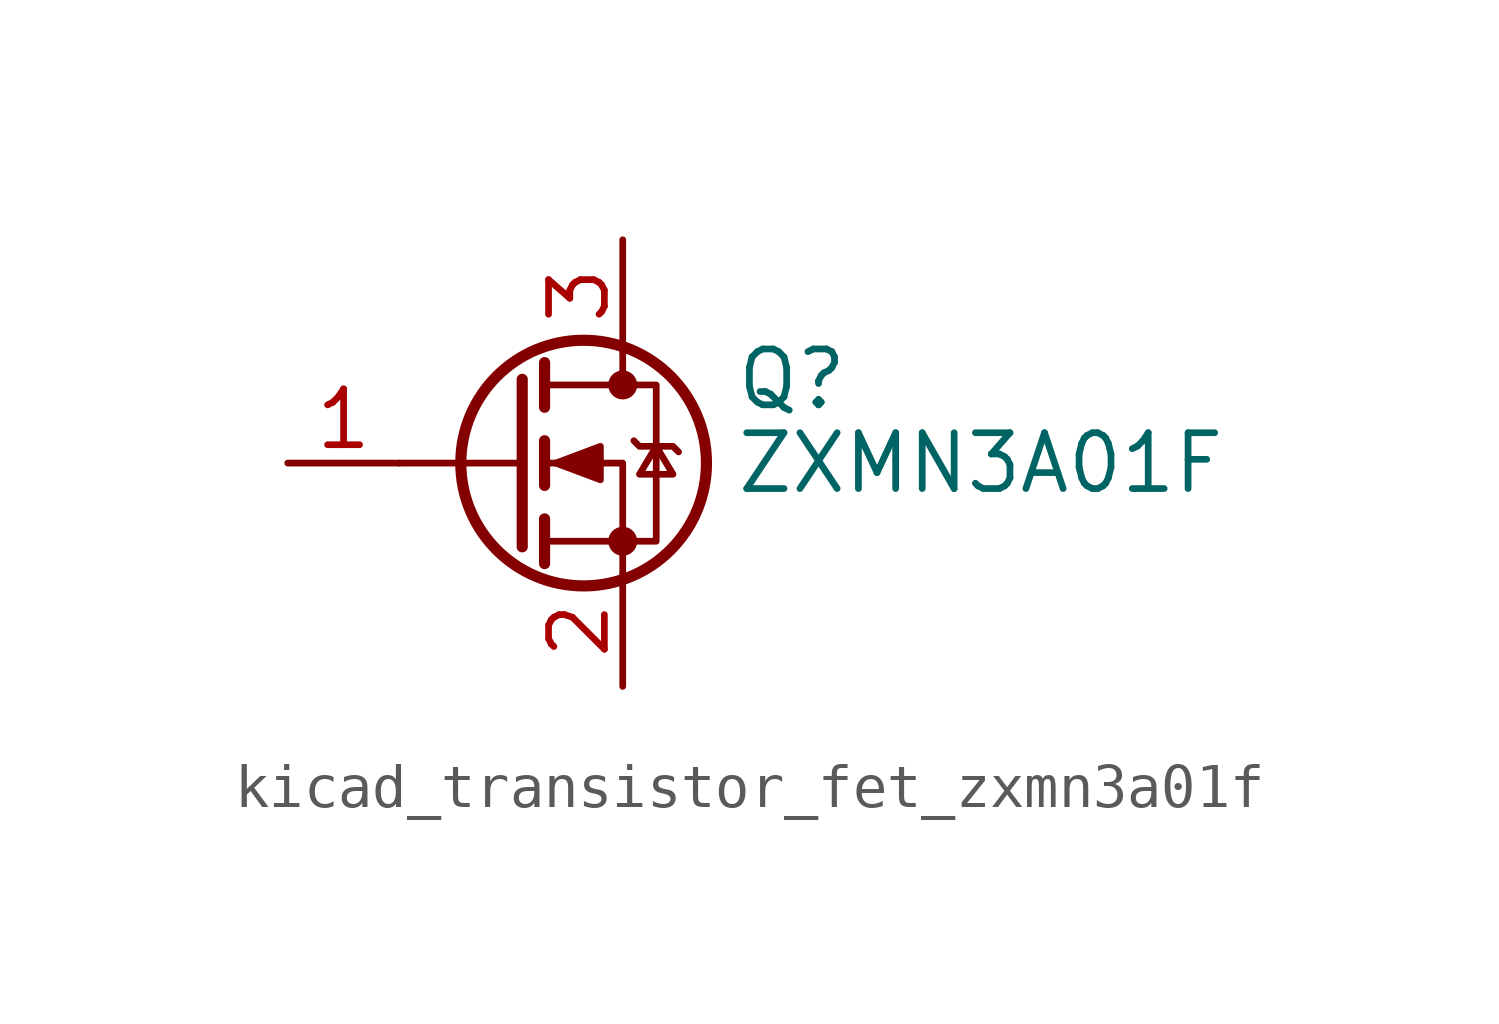
<source format=kicad_sym>
(kicad_symbol_lib
  (version 20220914)
  (generator kicad_symbol_editor)
  (symbol "kicad_transistor_fet_zxmn3a01f"
    (pin_names hide)
    (property "Reference" "Q"
      (at 5.08 1.905 0)
      (effects (font (size 1.27 1.27)) (justify left)))
    (property "Value" "ZXMN3A01F"
      (at 5.08 0 0)
      (effects (font (size 1.27 1.27)) (justify left)))
    (symbol "kicad_transistor_fet_zxmn3a01f_0_1"
      (polyline (pts (xy 0.254 0) (xy -2.54 0)) (stroke (width 0) (type default)) (fill (type none)))
      (polyline (pts (xy 0.254 1.905) (xy 0.254 -1.905)) (stroke (width 0.254) (type default)) (fill (type none)))
      (polyline (pts (xy 0.762 -1.27) (xy 0.762 -2.286)) (stroke (width 0.254) (type default)) (fill (type none)))
      (polyline (pts (xy 0.762 0.508) (xy 0.762 -0.508)) (stroke (width 0.254) (type default)) (fill (type none)))
      (polyline (pts (xy 0.762 2.286) (xy 0.762 1.27)) (stroke (width 0.254) (type default)) (fill (type none)))
      (polyline (pts (xy 2.54 2.54) (xy 2.54 1.778)) (stroke (width 0) (type default)) (fill (type none)))
      (polyline (pts (xy 2.54 -2.54) (xy 2.54 0) (xy 0.762 0)) (stroke (width 0) (type default)) (fill (type none)))
      (polyline (pts (xy 0.762 -1.778) (xy 3.302 -1.778) (xy 3.302 1.778) (xy 0.762 1.778)) (stroke (width 0) (type default)) (fill (type none)))
      (polyline (pts (xy 1.016 0) (xy 2.032 0.381) (xy 2.032 -0.381) (xy 1.016 0)) (stroke (width 0) (type default)) (fill (type outline)))
      (polyline (pts (xy 2.794 0.508) (xy 2.921 0.381) (xy 3.683 0.381) (xy 3.81 0.254)) (stroke (width 0) (type default)) (fill (type none)))
      (polyline (pts (xy 3.302 0.381) (xy 2.921 -0.254) (xy 3.683 -0.254) (xy 3.302 0.381)) (stroke (width 0) (type default)) (fill (type none)))
      (circle (center 1.651 0) (radius 2.794) (stroke (width 0.254) (type default)) (fill (type none)))
      (circle (center 2.54 -1.778) (radius 0.254) (stroke (width 0) (type default)) (fill (type outline)))
      (circle (center 2.54 1.778) (radius 0.254) (stroke (width 0) (type default)) (fill (type outline))))
    (symbol "kicad_transistor_fet_zxmn3a01f_1_1"
      (pin input line (at -5.08 0 0) (length 2.54) (name "G" (effects (font (size 1.27 1.27)))) (number "1" (effects (font (size 1.27 1.27)))))
      (pin passive line (at 2.54 -5.08 90) (length 2.54) (name "S" (effects (font (size 1.27 1.27)))) (number "2" (effects (font (size 1.27 1.27)))))
      (pin passive line (at 2.54 5.08 270) (length 2.54) (name "D" (effects (font (size 1.27 1.27)))) (number "3" (effects (font (size 1.27 1.27))))))))
</source>
